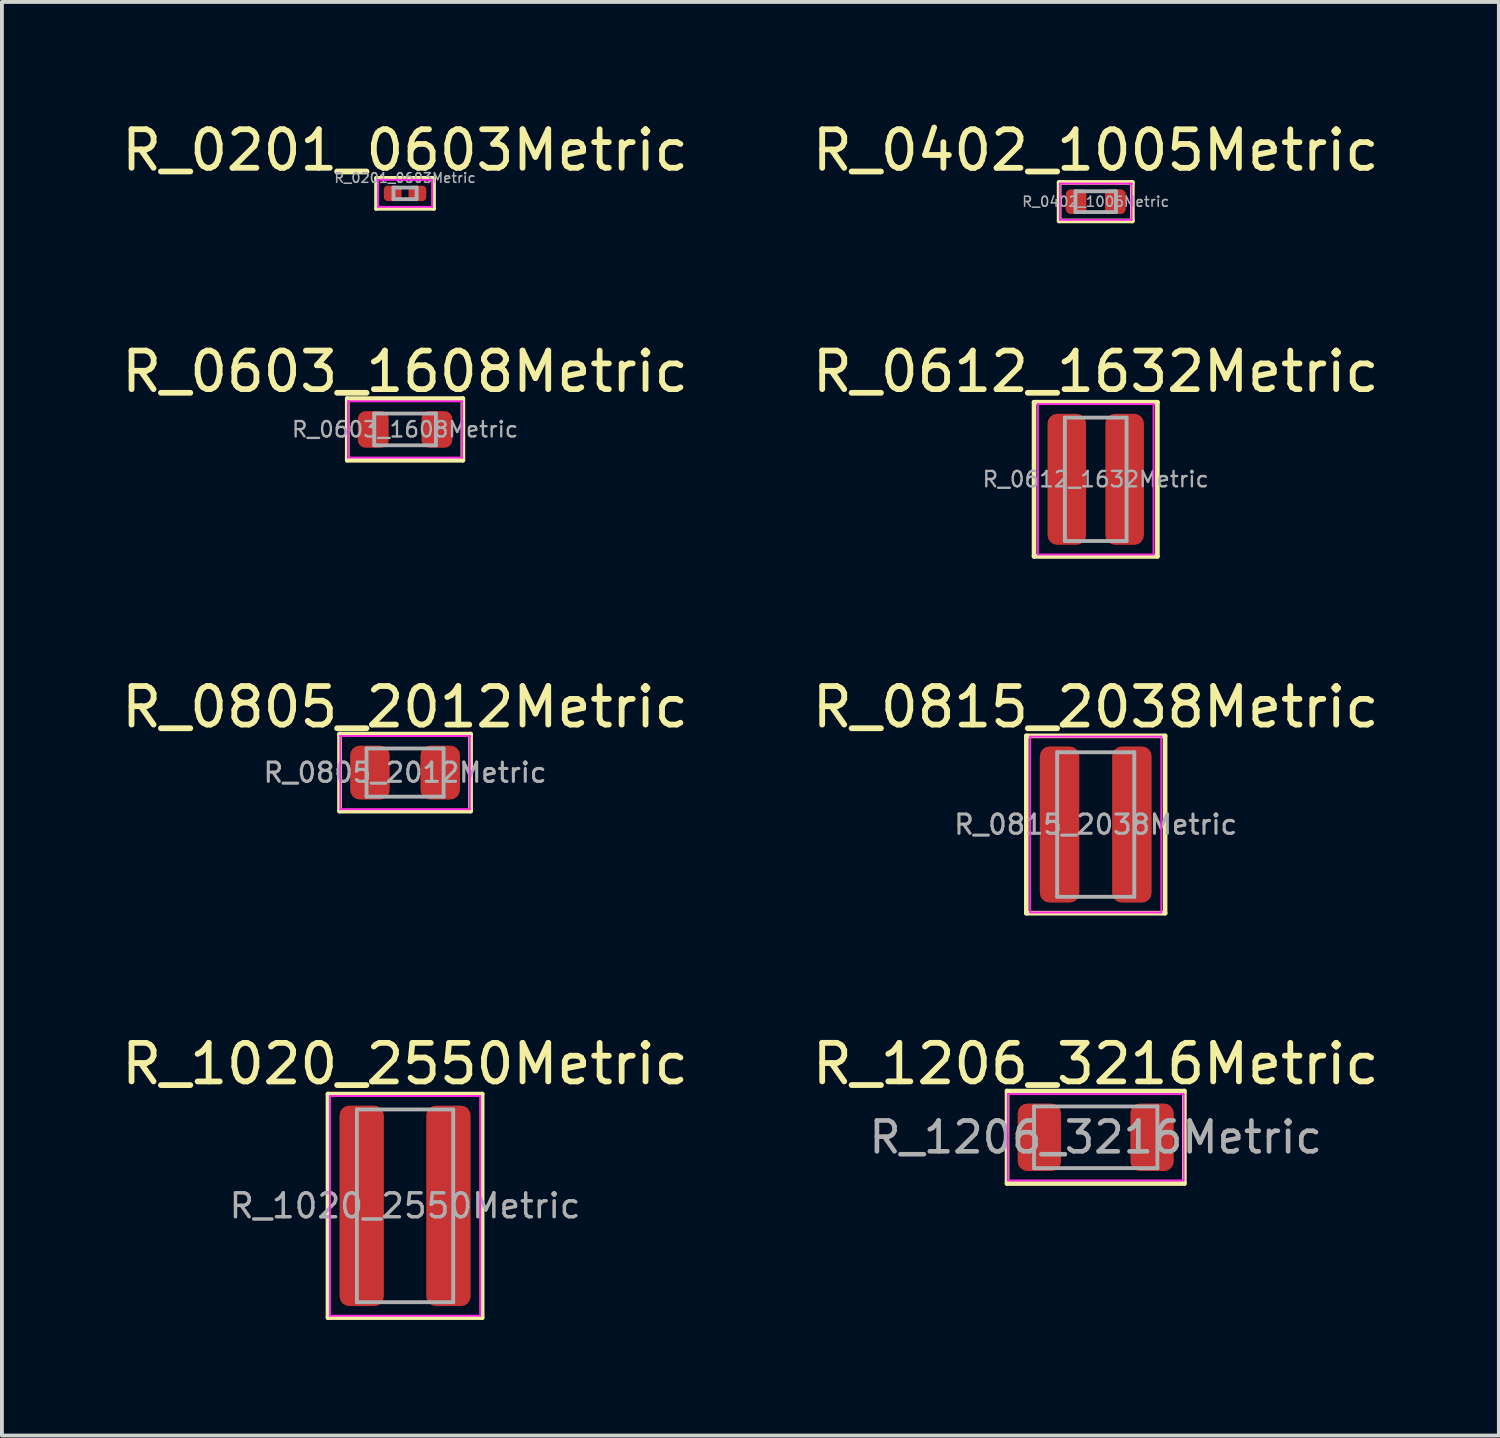
<source format=kicad_pcb>
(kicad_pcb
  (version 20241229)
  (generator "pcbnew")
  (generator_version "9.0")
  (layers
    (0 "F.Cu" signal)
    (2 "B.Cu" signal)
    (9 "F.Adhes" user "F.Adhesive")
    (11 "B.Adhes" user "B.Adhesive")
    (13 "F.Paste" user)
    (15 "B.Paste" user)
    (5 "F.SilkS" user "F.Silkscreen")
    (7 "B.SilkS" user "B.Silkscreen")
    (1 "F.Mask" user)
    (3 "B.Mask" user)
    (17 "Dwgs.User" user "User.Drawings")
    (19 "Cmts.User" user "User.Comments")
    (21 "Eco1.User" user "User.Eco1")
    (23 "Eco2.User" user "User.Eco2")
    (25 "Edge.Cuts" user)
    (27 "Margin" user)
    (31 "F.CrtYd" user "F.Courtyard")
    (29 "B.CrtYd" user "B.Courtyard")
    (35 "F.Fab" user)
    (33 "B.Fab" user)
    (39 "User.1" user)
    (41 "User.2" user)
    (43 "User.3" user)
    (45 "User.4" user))
  (footprint "R_0612_1632Metric"
    (layer "F.Cu")
    (at 25.375 9.384)
    (property "Reference" "R_0612_1632Metric" (at 0 -2.794 0) (layer "F.SilkS") (effects (font (size 1 1) (thickness 0.15))))
    (attr smd)
    (fp_line (start -1.6 -2) (end -1.6 2) (stroke (width 0.12) (type solid)) (layer "F.SilkS"))
    (fp_line (start -1.6 2) (end 1.6 2) (stroke (width 0.12) (type solid)) (layer "F.SilkS"))
    (fp_line (start 1.6 -2) (end -1.6 -2) (stroke (width 0.12) (type solid)) (layer "F.SilkS"))
    (fp_line (start 1.6 2) (end 1.6 -2) (stroke (width 0.12) (type solid)) (layer "F.SilkS"))
    (fp_line (start -1.5 -1.95) (end 1.5 -1.95) (stroke (width 0.05) (type solid)) (layer "F.CrtYd"))
    (fp_line (start -1.5 1.95) (end -1.5 -1.95) (stroke (width 0.05) (type solid)) (layer "F.CrtYd"))
    (fp_line (start 1.5 -1.95) (end 1.5 1.95) (stroke (width 0.05) (type solid)) (layer "F.CrtYd"))
    (fp_line (start 1.5 1.95) (end -1.5 1.95) (stroke (width 0.05) (type solid)) (layer "F.CrtYd"))
    (fp_line (start -0.8 -1.6) (end 0.8 -1.6) (stroke (width 0.1) (type solid)) (layer "F.Fab"))
    (fp_line (start -0.8 1.6) (end -0.8 -1.6) (stroke (width 0.1) (type solid)) (layer "F.Fab"))
    (fp_line (start 0.8 -1.6) (end 0.8 1.6) (stroke (width 0.1) (type solid)) (layer "F.Fab"))
    (fp_line (start 0.8 1.6) (end -0.8 1.6) (stroke (width 0.1) (type solid)) (layer "F.Fab"))
    (fp_text user "${REFERENCE}" (at 0 0 0) (layer "F.Fab") (effects (font (size 0.4 0.4) (thickness 0.06))))
    (pad "1" smd roundrect (at -0.75 0) (size 1 3.4) (layers "F.Cu" "F.Mask" "F.Paste") (roundrect_rratio 0.25))
    (pad "2" smd roundrect (at 0.75 0) (size 1 3.4) (layers "F.Cu" "F.Mask" "F.Paste") (roundrect_rratio 0.25)))
  (footprint "R_1020_2550Metric"
    (layer "F.Cu")
    (at 7.458 28.232)
    (property "Reference" "R_1020_2550Metric" (at 0 -3.683 0) (layer "F.SilkS") (effects (font (size 1 1) (thickness 0.15))))
    (attr smd)
    (fp_line (start -2 -2.9) (end 2 -2.9) (stroke (width 0.12) (type solid)) (layer "F.SilkS"))
    (fp_line (start -2 2.9) (end -2 -2.9) (stroke (width 0.12) (type solid)) (layer "F.SilkS"))
    (fp_line (start 2 -2.9) (end 2 2.9) (stroke (width 0.12) (type solid)) (layer "F.SilkS"))
    (fp_line (start 2 2.9) (end -2 2.9) (stroke (width 0.12) (type solid)) (layer "F.SilkS"))
    (fp_line (start -1.95 -2.85) (end 1.95 -2.85) (stroke (width 0.05) (type solid)) (layer "F.CrtYd"))
    (fp_line (start -1.95 2.85) (end -1.95 -2.85) (stroke (width 0.05) (type solid)) (layer "F.CrtYd"))
    (fp_line (start 1.95 -2.85) (end 1.95 2.85) (stroke (width 0.05) (type solid)) (layer "F.CrtYd"))
    (fp_line (start 1.95 2.85) (end -1.95 2.85) (stroke (width 0.05) (type solid)) (layer "F.CrtYd"))
    (fp_line (start -1.25 -2.5) (end 1.25 -2.5) (stroke (width 0.1) (type solid)) (layer "F.Fab"))
    (fp_line (start -1.25 2.5) (end -1.25 -2.5) (stroke (width 0.1) (type solid)) (layer "F.Fab"))
    (fp_line (start 1.25 -2.5) (end 1.25 2.5) (stroke (width 0.1) (type solid)) (layer "F.Fab"))
    (fp_line (start 1.25 2.5) (end -1.25 2.5) (stroke (width 0.1) (type solid)) (layer "F.Fab"))
    (fp_text user "${REFERENCE}" (at 0 0 0) (layer "F.Fab") (effects (font (size 0.62 0.62) (thickness 0.09))))
    (pad "1" smd roundrect (at -1.125 0) (size 1.15 5.2) (layers "F.Cu" "F.Mask" "F.Paste") (roundrect_rratio 0.217))
    (pad "2" smd roundrect (at 1.125 0) (size 1.15 5.2) (layers "F.Cu" "F.Mask" "F.Paste") (roundrect_rratio 0.217)))
  (footprint "R_0603_1608Metric"
    (layer "F.Cu")
    (at 7.458 8.09)
    (property "Reference" "R_0603_1608Metric" (at 0 -1.5 0) (layer "F.SilkS") (effects (font (size 1 1) (thickness 0.15))))
    (attr smd)
    (fp_line (start -1.5 -0.8) (end -1.5 0.8) (stroke (width 0.12) (type solid)) (layer "F.SilkS"))
    (fp_line (start -1.5 0.8) (end 1.5 0.8) (stroke (width 0.12) (type solid)) (layer "F.SilkS"))
    (fp_line (start 1.5 -0.8) (end -1.5 -0.8) (stroke (width 0.12) (type solid)) (layer "F.SilkS"))
    (fp_line (start 1.5 0.8) (end 1.5 -0.8) (stroke (width 0.12) (type solid)) (layer "F.SilkS"))
    (fp_line (start -1.48 -0.73) (end 1.48 -0.73) (stroke (width 0.05) (type solid)) (layer "F.CrtYd"))
    (fp_line (start -1.48 0.73) (end -1.48 -0.73) (stroke (width 0.05) (type solid)) (layer "F.CrtYd"))
    (fp_line (start 1.48 -0.73) (end 1.48 0.73) (stroke (width 0.05) (type solid)) (layer "F.CrtYd"))
    (fp_line (start 1.48 0.73) (end -1.48 0.73) (stroke (width 0.05) (type solid)) (layer "F.CrtYd"))
    (fp_line (start -0.8 -0.412) (end 0.8 -0.412) (stroke (width 0.1) (type solid)) (layer "F.Fab"))
    (fp_line (start -0.8 0.412) (end -0.8 -0.412) (stroke (width 0.1) (type solid)) (layer "F.Fab"))
    (fp_line (start 0.8 -0.412) (end 0.8 0.412) (stroke (width 0.1) (type solid)) (layer "F.Fab"))
    (fp_line (start 0.8 0.412) (end -0.8 0.412) (stroke (width 0.1) (type solid)) (layer "F.Fab"))
    (fp_text user "${REFERENCE}" (at 0 0 0) (layer "F.Fab") (effects (font (size 0.4 0.4) (thickness 0.06))))
    (pad "1" smd roundrect (at -0.825 0) (size 0.8 0.95) (layers "F.Cu" "F.Mask" "F.Paste") (roundrect_rratio 0.25))
    (pad "2" smd roundrect (at 0.825 0) (size 0.8 0.95) (layers "F.Cu" "F.Mask" "F.Paste") (roundrect_rratio 0.25)))
  (footprint "R_0201_0603Metric"
    (layer "F.Cu")
    (at 7.458 1.966)
    (property "Reference" "R_0201_0603Metric" (at 0 -1.118 0) (layer "F.SilkS") (effects (font (size 1 1) (thickness 0.15))))
    (attr smd)
    (fp_line (start -0.75 -0.4) (end -0.75 0.4) (stroke (width 0.1) (type solid)) (layer "F.SilkS"))
    (fp_line (start -0.75 0.4) (end 0.75 0.4) (stroke (width 0.1) (type solid)) (layer "F.SilkS"))
    (fp_line (start 0.75 -0.4) (end -0.75 -0.4) (stroke (width 0.1) (type solid)) (layer "F.SilkS"))
    (fp_line (start 0.75 0.4) (end 0.75 -0.4) (stroke (width 0.1) (type solid)) (layer "F.SilkS"))
    (fp_line (start -0.7 -0.35) (end 0.7 -0.35) (stroke (width 0.05) (type solid)) (layer "F.CrtYd"))
    (fp_line (start -0.7 0.35) (end -0.7 -0.35) (stroke (width 0.05) (type solid)) (layer "F.CrtYd"))
    (fp_line (start 0.7 -0.35) (end 0.7 0.35) (stroke (width 0.05) (type solid)) (layer "F.CrtYd"))
    (fp_line (start 0.7 0.35) (end -0.7 0.35) (stroke (width 0.05) (type solid)) (layer "F.CrtYd"))
    (fp_line (start -0.3 -0.15) (end 0.3 -0.15) (stroke (width 0.1) (type solid)) (layer "F.Fab"))
    (fp_line (start -0.3 0.15) (end -0.3 -0.15) (stroke (width 0.1) (type solid)) (layer "F.Fab"))
    (fp_line (start 0.3 -0.15) (end 0.3 0.15) (stroke (width 0.1) (type solid)) (layer "F.Fab"))
    (fp_line (start 0.3 0.15) (end -0.3 0.15) (stroke (width 0.1) (type solid)) (layer "F.Fab"))
    (fp_text user "${REFERENCE}" (at 0 -0.4 0) (layer "F.Fab") (effects (font (size 0.25 0.25) (thickness 0.04))))
    (pad "" smd roundrect (at -0.345 0) (size 0.318 0.36) (layers "F.Paste") (roundrect_rratio 0.25))
    (pad "" smd roundrect (at 0.345 0) (size 0.318 0.36) (layers "F.Paste") (roundrect_rratio 0.25))
    (pad "1" smd roundrect (at -0.32 0) (size 0.46 0.4) (layers "F.Cu" "F.Mask") (roundrect_rratio 0.25))
    (pad "2" smd roundrect (at 0.32 0) (size 0.46 0.4) (layers "F.Cu" "F.Mask") (roundrect_rratio 0.25)))
  (footprint "R_0815_2038Metric"
    (layer "F.Cu")
    (at 25.375 18.34)
    (property "Reference" "R_0815_2038Metric" (at 0 -3.048 0) (layer "F.SilkS") (effects (font (size 1 1) (thickness 0.15))))
    (attr smd)
    (fp_line (start -1.8 -2.3) (end -1.8 2.3) (stroke (width 0.12) (type solid)) (layer "F.SilkS"))
    (fp_line (start -1.8 2.3) (end 1.8 2.3) (stroke (width 0.12) (type solid)) (layer "F.SilkS"))
    (fp_line (start 1.8 -2.3) (end -1.8 -2.3) (stroke (width 0.12) (type solid)) (layer "F.SilkS"))
    (fp_line (start 1.8 2.3) (end 1.8 -2.3) (stroke (width 0.12) (type solid)) (layer "F.SilkS"))
    (fp_line (start -1.7 -2.28) (end 1.7 -2.28) (stroke (width 0.05) (type solid)) (layer "F.CrtYd"))
    (fp_line (start -1.7 2.28) (end -1.7 -2.28) (stroke (width 0.05) (type solid)) (layer "F.CrtYd"))
    (fp_line (start 1.7 -2.28) (end 1.7 2.28) (stroke (width 0.05) (type solid)) (layer "F.CrtYd"))
    (fp_line (start 1.7 2.28) (end -1.7 2.28) (stroke (width 0.05) (type solid)) (layer "F.CrtYd"))
    (fp_line (start -1 -1.875) (end 1 -1.875) (stroke (width 0.1) (type solid)) (layer "F.Fab"))
    (fp_line (start -1 1.875) (end -1 -1.875) (stroke (width 0.1) (type solid)) (layer "F.Fab"))
    (fp_line (start 1 -1.875) (end 1 1.875) (stroke (width 0.1) (type solid)) (layer "F.Fab"))
    (fp_line (start 1 1.875) (end -1 1.875) (stroke (width 0.1) (type solid)) (layer "F.Fab"))
    (fp_text user "${REFERENCE}" (at 0 0 0) (layer "F.Fab") (effects (font (size 0.5 0.5) (thickness 0.08))))
    (pad "1" smd roundrect (at -0.938 0) (size 1.025 4.05) (layers "F.Cu" "F.Mask" "F.Paste") (roundrect_rratio 0.244))
    (pad "2" smd roundrect (at 0.938 0) (size 1.025 4.05) (layers "F.Cu" "F.Mask" "F.Paste") (roundrect_rratio 0.244)))
  (footprint "R_1206_3216Metric"
    (layer "F.Cu")
    (at 25.375 26.453)
    (property "Reference" "R_1206_3216Metric" (at 0 -1.905 0) (layer "F.SilkS") (effects (font (size 1 1) (thickness 0.15))))
    (attr smd)
    (fp_line (start -2.3 -1.2) (end -2.3 1.2) (stroke (width 0.12) (type solid)) (layer "F.SilkS"))
    (fp_line (start -2.3 1.2) (end 2.3 1.2) (stroke (width 0.12) (type solid)) (layer "F.SilkS"))
    (fp_line (start 2.3 -1.2) (end -2.3 -1.2) (stroke (width 0.12) (type solid)) (layer "F.SilkS"))
    (fp_line (start 2.3 1.2) (end 2.3 -1.2) (stroke (width 0.12) (type solid)) (layer "F.SilkS"))
    (fp_line (start -2.28 -1.12) (end 2.28 -1.12) (stroke (width 0.05) (type solid)) (layer "F.CrtYd"))
    (fp_line (start -2.28 1.12) (end -2.28 -1.12) (stroke (width 0.05) (type solid)) (layer "F.CrtYd"))
    (fp_line (start 2.28 -1.12) (end 2.28 1.12) (stroke (width 0.05) (type solid)) (layer "F.CrtYd"))
    (fp_line (start 2.28 1.12) (end -2.28 1.12) (stroke (width 0.05) (type solid)) (layer "F.CrtYd"))
    (fp_line (start -1.6 -0.8) (end 1.6 -0.8) (stroke (width 0.1) (type solid)) (layer "F.Fab"))
    (fp_line (start -1.6 0.8) (end -1.6 -0.8) (stroke (width 0.1) (type solid)) (layer "F.Fab"))
    (fp_line (start 1.6 -0.8) (end 1.6 0.8) (stroke (width 0.1) (type solid)) (layer "F.Fab"))
    (fp_line (start 1.6 0.8) (end -1.6 0.8) (stroke (width 0.1) (type solid)) (layer "F.Fab"))
    (fp_text user "${REFERENCE}" (at 0 0 0) (layer "F.Fab") (effects (font (size 0.8 0.8) (thickness 0.12))))
    (pad "1" smd roundrect (at -1.462 0) (size 1.125 1.75) (layers "F.Cu" "F.Mask" "F.Paste") (roundrect_rratio 0.222))
    (pad "2" smd roundrect (at 1.462 0) (size 1.125 1.75) (layers "F.Cu" "F.Mask" "F.Paste") (roundrect_rratio 0.222)))
  (footprint "R_0402_1005Metric"
    (layer "F.Cu")
    (at 25.375 2.182)
    (property "Reference" "R_0402_1005Metric" (at 0 -1.333 0) (layer "F.SilkS") (effects (font (size 1 1) (thickness 0.15))))
    (attr smd)
    (fp_line (start -0.95 -0.5) (end -0.95 0.5) (stroke (width 0.12) (type solid)) (layer "F.SilkS"))
    (fp_line (start -0.95 0.5) (end 0.95 0.5) (stroke (width 0.12) (type solid)) (layer "F.SilkS"))
    (fp_line (start 0.95 -0.5) (end -0.95 -0.5) (stroke (width 0.12) (type solid)) (layer "F.SilkS"))
    (fp_line (start 0.95 0.5) (end 0.95 -0.5) (stroke (width 0.12) (type solid)) (layer "F.SilkS"))
    (fp_line (start -0.93 -0.47) (end 0.93 -0.47) (stroke (width 0.05) (type solid)) (layer "F.CrtYd"))
    (fp_line (start -0.93 0.47) (end -0.93 -0.47) (stroke (width 0.05) (type solid)) (layer "F.CrtYd"))
    (fp_line (start 0.93 -0.47) (end 0.93 0.47) (stroke (width 0.05) (type solid)) (layer "F.CrtYd"))
    (fp_line (start 0.93 0.47) (end -0.93 0.47) (stroke (width 0.05) (type solid)) (layer "F.CrtYd"))
    (fp_line (start -0.525 -0.27) (end 0.525 -0.27) (stroke (width 0.1) (type solid)) (layer "F.Fab"))
    (fp_line (start -0.525 0.27) (end -0.525 -0.27) (stroke (width 0.1) (type solid)) (layer "F.Fab"))
    (fp_line (start 0.525 -0.27) (end 0.525 0.27) (stroke (width 0.1) (type solid)) (layer "F.Fab"))
    (fp_line (start 0.525 0.27) (end -0.525 0.27) (stroke (width 0.1) (type solid)) (layer "F.Fab"))
    (fp_text user "${REFERENCE}" (at 0 0 0) (layer "F.Fab") (effects (font (size 0.26 0.26) (thickness 0.04))))
    (pad "1" smd roundrect (at -0.51 0) (size 0.54 0.64) (layers "F.Cu" "F.Mask" "F.Paste") (roundrect_rratio 0.25))
    (pad "2" smd roundrect (at 0.51 0) (size 0.54 0.64) (layers "F.Cu" "F.Mask" "F.Paste") (roundrect_rratio 0.25)))
  (footprint "R_0805_2012Metric"
    (layer "F.Cu")
    (at 7.458 16.992)
    (property "Reference" "R_0805_2012Metric" (at 0 -1.7 0) (layer "F.SilkS") (effects (font (size 1 1) (thickness 0.15))))
    (attr smd)
    (fp_line (start -1.7 -1) (end -1.7 1) (stroke (width 0.12) (type solid)) (layer "F.SilkS"))
    (fp_line (start -1.7 1) (end 1.7 1) (stroke (width 0.12) (type solid)) (layer "F.SilkS"))
    (fp_line (start 1.7 -1) (end -1.7 -1) (stroke (width 0.12) (type solid)) (layer "F.SilkS"))
    (fp_line (start 1.7 1) (end 1.7 -1) (stroke (width 0.12) (type solid)) (layer "F.SilkS"))
    (fp_line (start -1.68 -0.95) (end 1.68 -0.95) (stroke (width 0.05) (type solid)) (layer "F.CrtYd"))
    (fp_line (start -1.68 0.95) (end -1.68 -0.95) (stroke (width 0.05) (type solid)) (layer "F.CrtYd"))
    (fp_line (start 1.68 -0.95) (end 1.68 0.95) (stroke (width 0.05) (type solid)) (layer "F.CrtYd"))
    (fp_line (start 1.68 0.95) (end -1.68 0.95) (stroke (width 0.05) (type solid)) (layer "F.CrtYd"))
    (fp_line (start -1 -0.625) (end 1 -0.625) (stroke (width 0.1) (type solid)) (layer "F.Fab"))
    (fp_line (start -1 0.625) (end -1 -0.625) (stroke (width 0.1) (type solid)) (layer "F.Fab"))
    (fp_line (start 1 -0.625) (end 1 0.625) (stroke (width 0.1) (type solid)) (layer "F.Fab"))
    (fp_line (start 1 0.625) (end -1 0.625) (stroke (width 0.1) (type solid)) (layer "F.Fab"))
    (fp_text user "${REFERENCE}" (at 0 0 0) (layer "F.Fab") (effects (font (size 0.5 0.5) (thickness 0.08))))
    (pad "1" smd roundrect (at -0.912 0) (size 1.025 1.4) (layers "F.Cu" "F.Mask" "F.Paste") (roundrect_rratio 0.244))
    (pad "2" smd roundrect (at 0.912 0) (size 1.025 1.4) (layers "F.Cu" "F.Mask" "F.Paste") (roundrect_rratio 0.244)))
  (gr_rect
    (start -3 -3)
    (end 35.833 34.191)
    (stroke (width 0.1) (type default))
    (fill no)
    (layer "Edge.Cuts")))
</source>
